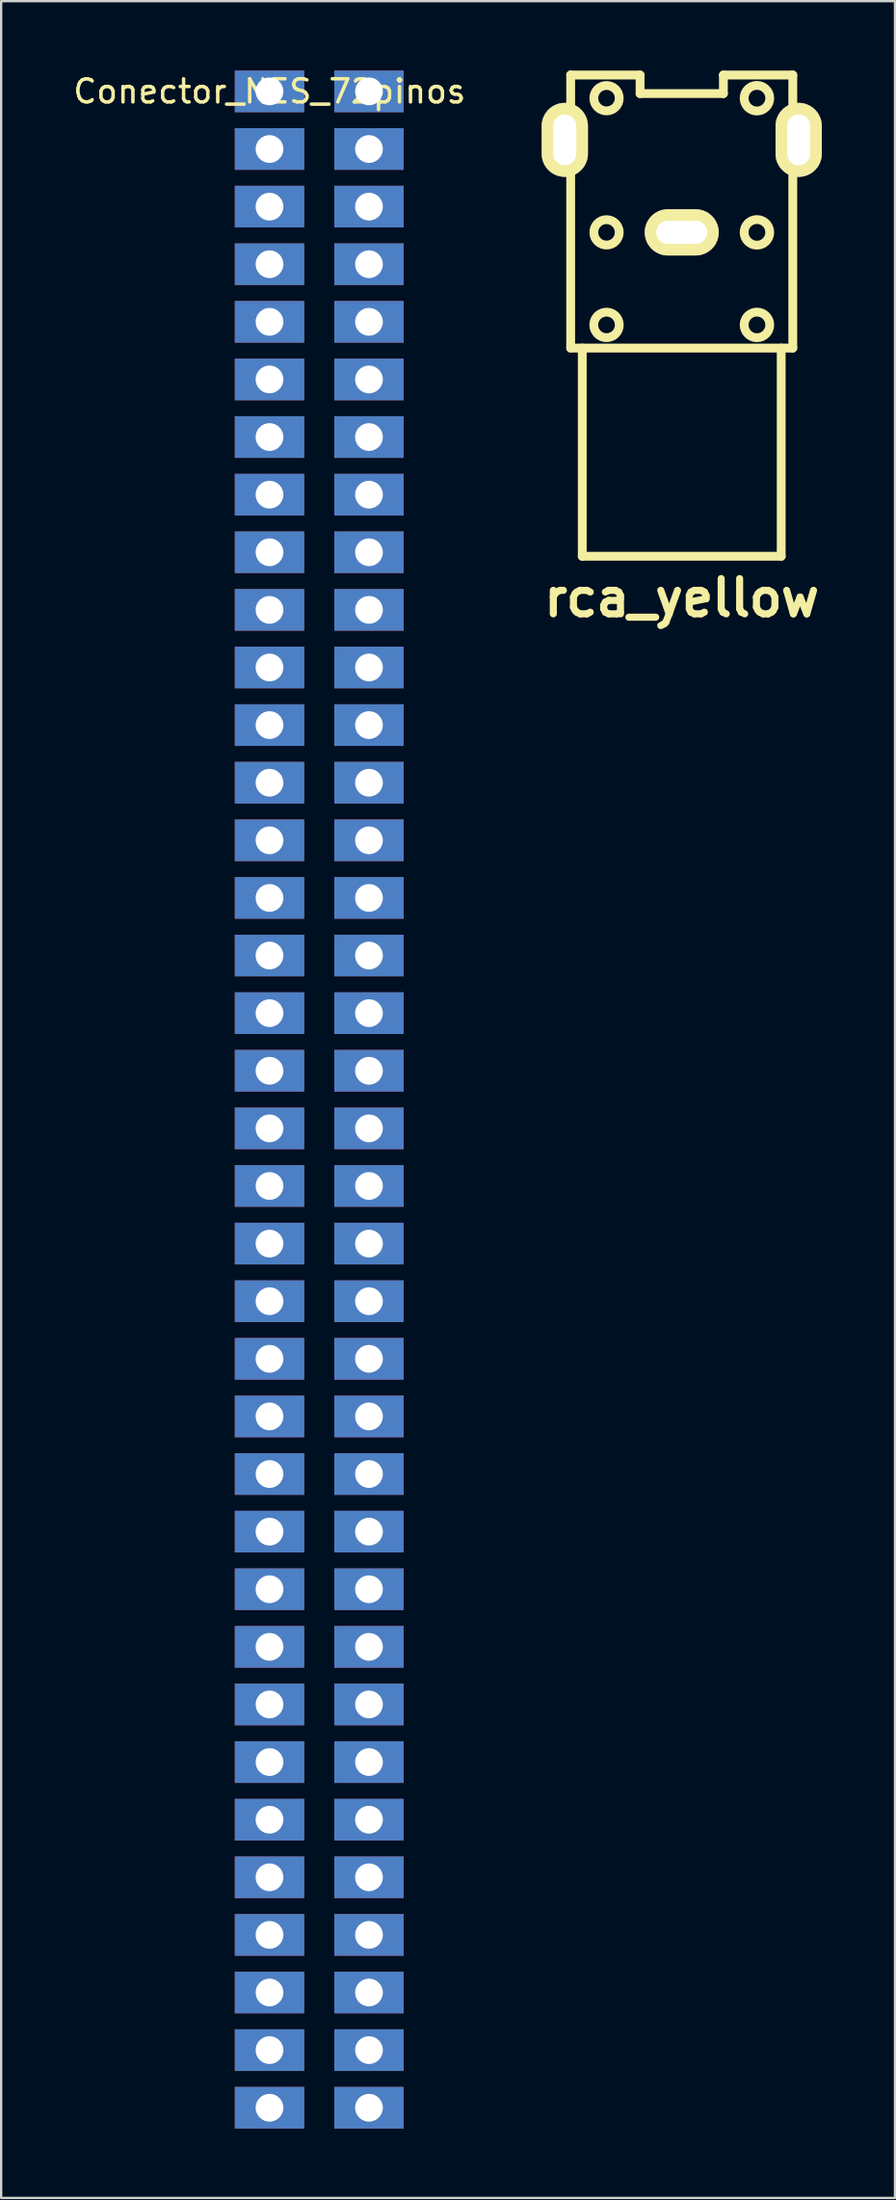
<source format=kicad_pcb>
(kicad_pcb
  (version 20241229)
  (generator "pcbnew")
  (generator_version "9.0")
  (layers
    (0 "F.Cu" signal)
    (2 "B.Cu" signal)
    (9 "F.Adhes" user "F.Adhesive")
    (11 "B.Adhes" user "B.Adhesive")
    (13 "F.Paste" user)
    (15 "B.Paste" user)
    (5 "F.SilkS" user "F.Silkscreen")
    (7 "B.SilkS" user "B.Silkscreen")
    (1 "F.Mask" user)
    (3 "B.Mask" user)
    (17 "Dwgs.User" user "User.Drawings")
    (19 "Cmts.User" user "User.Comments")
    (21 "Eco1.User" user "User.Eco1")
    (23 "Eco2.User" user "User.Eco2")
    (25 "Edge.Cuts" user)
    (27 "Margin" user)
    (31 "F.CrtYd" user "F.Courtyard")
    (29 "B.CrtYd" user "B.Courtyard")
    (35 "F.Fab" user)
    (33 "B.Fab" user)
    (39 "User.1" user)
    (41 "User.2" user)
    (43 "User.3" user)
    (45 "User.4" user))
  (footprint "Conector_NES_72pinos"
    (layer "F.Cu")
    (at 8.601 0.9)
    (property "Reference" "Conector_NES_72pinos" (at 0 0 0) (layer "F.SilkS") (effects (font (size 1 1) (thickness 0.15))))
    (attr through_hole)
    (pad "1" thru_hole rect (at 0 87.15) (size 3 1.8) (drill 1.2) (layers "*.Cu" "*.Mask"))
    (pad "2" thru_hole rect (at 0 84.66) (size 3 1.8) (drill 1.2) (layers "*.Cu" "*.Mask"))
    (pad "3" thru_hole rect (at 0 82.17) (size 3 1.8) (drill 1.2) (layers "*.Cu" "*.Mask"))
    (pad "4" thru_hole rect (at 0 79.68) (size 3 1.8) (drill 1.2) (layers "*.Cu" "*.Mask"))
    (pad "5" thru_hole rect (at 0 77.19) (size 3 1.8) (drill 1.2) (layers "*.Cu" "*.Mask"))
    (pad "6" thru_hole rect (at 0 74.7) (size 3 1.8) (drill 1.2) (layers "*.Cu" "*.Mask"))
    (pad "7" thru_hole rect (at 0 72.21) (size 3 1.8) (drill 1.2) (layers "*.Cu" "*.Mask"))
    (pad "8" thru_hole rect (at 0 69.72) (size 3 1.8) (drill 1.2) (layers "*.Cu" "*.Mask"))
    (pad "9" thru_hole rect (at 0 67.23) (size 3 1.8) (drill 1.2) (layers "*.Cu" "*.Mask"))
    (pad "10" thru_hole rect (at 0 64.74) (size 3 1.8) (drill 1.2) (layers "*.Cu" "*.Mask"))
    (pad "11" thru_hole rect (at 0 62.25) (size 3 1.8) (drill 1.2) (layers "*.Cu" "*.Mask"))
    (pad "12" thru_hole rect (at 0 59.76) (size 3 1.8) (drill 1.2) (layers "*.Cu" "*.Mask"))
    (pad "13" thru_hole rect (at 0 57.27) (size 3 1.8) (drill 1.2) (layers "*.Cu" "*.Mask"))
    (pad "14" thru_hole rect (at 0 54.78) (size 3 1.8) (drill 1.2) (layers "*.Cu" "*.Mask"))
    (pad "15" thru_hole rect (at 0 52.29) (size 3 1.8) (drill 1.2) (layers "*.Cu" "*.Mask"))
    (pad "16" thru_hole rect (at 0 49.8) (size 3 1.8) (drill 1.2) (layers "*.Cu" "*.Mask"))
    (pad "17" thru_hole rect (at 0 47.31) (size 3 1.8) (drill 1.2) (layers "*.Cu" "*.Mask"))
    (pad "18" thru_hole rect (at 0 44.82) (size 3 1.8) (drill 1.2) (layers "*.Cu" "*.Mask"))
    (pad "19" thru_hole rect (at 0 42.33) (size 3 1.8) (drill 1.2) (layers "*.Cu" "*.Mask"))
    (pad "20" thru_hole rect (at 0 39.84) (size 3 1.8) (drill 1.2) (layers "*.Cu" "*.Mask"))
    (pad "21" thru_hole rect (at 0 37.35) (size 3 1.8) (drill 1.2) (layers "*.Cu" "*.Mask"))
    (pad "22" thru_hole rect (at 0 34.86) (size 3 1.8) (drill 1.2) (layers "*.Cu" "*.Mask"))
    (pad "23" thru_hole rect (at 0 32.37) (size 3 1.8) (drill 1.2) (layers "*.Cu" "*.Mask"))
    (pad "24" thru_hole rect (at 0 29.88) (size 3 1.8) (drill 1.2) (layers "*.Cu" "*.Mask"))
    (pad "25" thru_hole rect (at 0 27.39) (size 3 1.8) (drill 1.2) (layers "*.Cu" "*.Mask"))
    (pad "26" thru_hole rect (at 0 24.9) (size 3 1.8) (drill 1.2) (layers "*.Cu" "*.Mask"))
    (pad "27" thru_hole rect (at 0 22.41) (size 3 1.8) (drill 1.2) (layers "*.Cu" "*.Mask"))
    (pad "28" thru_hole rect (at 0 19.92) (size 3 1.8) (drill 1.2) (layers "*.Cu" "*.Mask"))
    (pad "29" thru_hole rect (at 0 17.43) (size 3 1.8) (drill 1.2) (layers "*.Cu" "*.Mask"))
    (pad "30" thru_hole rect (at 0 14.94) (size 3 1.8) (drill 1.2) (layers "*.Cu" "*.Mask"))
    (pad "31" thru_hole rect (at 0 12.45) (size 3 1.8) (drill 1.2) (layers "*.Cu" "*.Mask"))
    (pad "32" thru_hole rect (at 0 9.96) (size 3 1.8) (drill 1.2) (layers "*.Cu" "*.Mask"))
    (pad "33" thru_hole rect (at 0 7.47) (size 3 1.8) (drill 1.2) (layers "*.Cu" "*.Mask"))
    (pad "34" thru_hole rect (at 0 4.98) (size 3 1.8) (drill 1.2) (layers "*.Cu" "*.Mask"))
    (pad "35" thru_hole rect (at 0 2.49) (size 3 1.8) (drill 1.2) (layers "*.Cu" "*.Mask"))
    (pad "36" thru_hole rect (at 0 0) (size 3 1.8) (drill 1.2) (layers "*.Cu" "*.Mask"))
    (pad "37" thru_hole rect (at 4.3 87.15) (size 3 1.8) (drill 1.2) (layers "*.Cu" "*.Mask"))
    (pad "38" thru_hole rect (at 4.3 84.66) (size 3 1.8) (drill 1.2) (layers "*.Cu" "*.Mask"))
    (pad "39" thru_hole rect (at 4.3 82.17) (size 3 1.8) (drill 1.2) (layers "*.Cu" "*.Mask"))
    (pad "40" thru_hole rect (at 4.3 79.68) (size 3 1.8) (drill 1.2) (layers "*.Cu" "*.Mask"))
    (pad "41" thru_hole rect (at 4.3 77.19) (size 3 1.8) (drill 1.2) (layers "*.Cu" "*.Mask"))
    (pad "42" thru_hole rect (at 4.3 74.7) (size 3 1.8) (drill 1.2) (layers "*.Cu" "*.Mask"))
    (pad "43" thru_hole rect (at 4.3 72.21) (size 3 1.8) (drill 1.2) (layers "*.Cu" "*.Mask"))
    (pad "44" thru_hole rect (at 4.3 69.72) (size 3 1.8) (drill 1.2) (layers "*.Cu" "*.Mask"))
    (pad "45" thru_hole rect (at 4.3 67.23) (size 3 1.8) (drill 1.2) (layers "*.Cu" "*.Mask"))
    (pad "46" thru_hole rect (at 4.3 64.74) (size 3 1.8) (drill 1.2) (layers "*.Cu" "*.Mask"))
    (pad "47" thru_hole rect (at 4.3 62.25) (size 3 1.8) (drill 1.2) (layers "*.Cu" "*.Mask"))
    (pad "48" thru_hole rect (at 4.3 59.76) (size 3 1.8) (drill 1.2) (layers "*.Cu" "*.Mask"))
    (pad "49" thru_hole rect (at 4.3 57.27) (size 3 1.8) (drill 1.2) (layers "*.Cu" "*.Mask"))
    (pad "50" thru_hole rect (at 4.3 54.78) (size 3 1.8) (drill 1.2) (layers "*.Cu" "*.Mask"))
    (pad "51" thru_hole rect (at 4.3 52.29) (size 3 1.8) (drill 1.2) (layers "*.Cu" "*.Mask"))
    (pad "52" thru_hole rect (at 4.3 49.8) (size 3 1.8) (drill 1.2) (layers "*.Cu" "*.Mask"))
    (pad "53" thru_hole rect (at 4.3 47.31) (size 3 1.8) (drill 1.2) (layers "*.Cu" "*.Mask"))
    (pad "54" thru_hole rect (at 4.3 44.82) (size 3 1.8) (drill 1.2) (layers "*.Cu" "*.Mask"))
    (pad "55" thru_hole rect (at 4.3 42.33) (size 3 1.8) (drill 1.2) (layers "*.Cu" "*.Mask"))
    (pad "56" thru_hole rect (at 4.3 39.84) (size 3 1.8) (drill 1.2) (layers "*.Cu" "*.Mask"))
    (pad "57" thru_hole rect (at 4.3 37.35) (size 3 1.8) (drill 1.2) (layers "*.Cu" "*.Mask"))
    (pad "58" thru_hole rect (at 4.3 34.86) (size 3 1.8) (drill 1.2) (layers "*.Cu" "*.Mask"))
    (pad "59" thru_hole rect (at 4.3 32.37) (size 3 1.8) (drill 1.2) (layers "*.Cu" "*.Mask"))
    (pad "60" thru_hole rect (at 4.3 29.88) (size 3 1.8) (drill 1.2) (layers "*.Cu" "*.Mask"))
    (pad "61" thru_hole rect (at 4.3 27.39) (size 3 1.8) (drill 1.2) (layers "*.Cu" "*.Mask"))
    (pad "62" thru_hole rect (at 4.3 24.9) (size 3 1.8) (drill 1.2) (layers "*.Cu" "*.Mask"))
    (pad "63" thru_hole rect (at 4.3 22.41) (size 3 1.8) (drill 1.2) (layers "*.Cu" "*.Mask"))
    (pad "64" thru_hole rect (at 4.3 19.92) (size 3 1.8) (drill 1.2) (layers "*.Cu" "*.Mask"))
    (pad "65" thru_hole rect (at 4.3 17.43) (size 3 1.8) (drill 1.2) (layers "*.Cu" "*.Mask"))
    (pad "66" thru_hole rect (at 4.3 14.94) (size 3 1.8) (drill 1.2) (layers "*.Cu" "*.Mask"))
    (pad "67" thru_hole rect (at 4.3 12.45) (size 3 1.8) (drill 1.2) (layers "*.Cu" "*.Mask"))
    (pad "68" thru_hole rect (at 4.3 9.96) (size 3 1.8) (drill 1.2) (layers "*.Cu" "*.Mask"))
    (pad "69" thru_hole rect (at 4.3 7.47) (size 3 1.8) (drill 1.2) (layers "*.Cu" "*.Mask"))
    (pad "70" thru_hole rect (at 4.3 4.98) (size 3 1.8) (drill 1.2) (layers "*.Cu" "*.Mask"))
    (pad "71" thru_hole rect (at 4.3 2.49) (size 3 1.8) (drill 1.2) (layers "*.Cu" "*.Mask"))
    (pad "72" thru_hole rect (at 4.3 0) (size 3 1.8) (drill 1.2) (layers "*.Cu" "*.Mask")))
  (footprint "rca_yellow"
    (layer "F.Cu")
    (at 26.422 6.993)
    (property "Reference" "rca_yellow" (at 0 15.799 0) (layer "F.SilkS") (effects (font (size 1.524 1.524) (thickness 0.305))))
    (attr through_hole)
    (fp_line (start -5.4 -4.9) (end -4.801 -4.9) (stroke (width 0.381) (type solid)) (layer "F.SilkS"))
    (fp_line (start -5.4 -3.099) (end -5.4 -4.9) (stroke (width 0.381) (type solid)) (layer "F.SilkS"))
    (fp_line (start -4.801 -6.8) (end -1.801 -6.8) (stroke (width 0.381) (type solid)) (layer "F.SilkS"))
    (fp_line (start -4.801 -3.099) (end -5.4 -3.099) (stroke (width 0.381) (type solid)) (layer "F.SilkS"))
    (fp_line (start -4.801 4.999) (end -4.801 -6.802) (stroke (width 0.381) (type solid)) (layer "F.SilkS"))
    (fp_line (start -4.3 5.001) (end -4.3 14) (stroke (width 0.381) (type solid)) (layer "F.SilkS"))
    (fp_line (start -4.3 14) (end 4.3 14) (stroke (width 0.381) (type solid)) (layer "F.SilkS"))
    (fp_line (start -1.801 -6.8) (end -1.801 -5.999) (stroke (width 0.381) (type solid)) (layer "F.SilkS"))
    (fp_line (start -1.801 -5.999) (end 1.801 -5.999) (stroke (width 0.381) (type solid)) (layer "F.SilkS"))
    (fp_line (start 1.801 -6.8) (end 4.801 -6.8) (stroke (width 0.381) (type solid)) (layer "F.SilkS"))
    (fp_line (start 1.801 -5.999) (end 1.801 -6.8) (stroke (width 0.381) (type solid)) (layer "F.SilkS"))
    (fp_line (start 4.3 14) (end 4.3 5.001) (stroke (width 0.381) (type solid)) (layer "F.SilkS"))
    (fp_line (start 4.801 -6.8) (end 4.801 5.001) (stroke (width 0.381) (type solid)) (layer "F.SilkS"))
    (fp_line (start 4.801 -4.9) (end 5.4 -4.9) (stroke (width 0.381) (type solid)) (layer "F.SilkS"))
    (fp_line (start 4.801 5.001) (end -4.801 5.001) (stroke (width 0.381) (type solid)) (layer "F.SilkS"))
    (fp_line (start 5.4 -4.9) (end 5.4 -3.099) (stroke (width 0.381) (type solid)) (layer "F.SilkS"))
    (fp_line (start 5.4 -3.099) (end 4.801 -3.099) (stroke (width 0.381) (type solid)) (layer "F.SilkS"))
    (fp_circle (center -3.251 -5.799) (end -3.8 -5.799) (stroke (width 0.381) (type solid)) (fill no) (layer "F.SilkS"))
    (fp_circle (center -3.251 0) (end -3.8 0) (stroke (width 0.381) (type solid)) (fill no) (layer "F.SilkS"))
    (fp_circle (center -3.251 4) (end -3.8 3.95) (stroke (width 0.381) (type solid)) (fill no) (layer "F.SilkS"))
    (fp_circle (center 3.251 -5.799) (end 2.7 -5.85) (stroke (width 0.381) (type solid)) (fill no) (layer "F.SilkS"))
    (fp_circle (center 3.251 0) (end 2.7 -0.051) (stroke (width 0.381) (type solid)) (fill no) (layer "F.SilkS"))
    (fp_circle (center 3.251 4) (end 2.7 4.049) (stroke (width 0.381) (type solid)) (fill no) (layer "F.SilkS"))
    (pad "1" thru_hole oval (at -5.055 -3.998) (size 1.999 3.198) (drill oval 0.996 2.197) (layers "*.Cu" "*.Mask" "F.SilkS"))
    (pad "1" thru_hole oval (at 5.055 -3.998) (size 1.999 3.198) (drill oval 0.996 2.197) (layers "*.Cu" "*.Mask" "F.SilkS"))
    (pad "2" thru_hole oval (at 0 0) (size 3.198 1.999) (drill oval 2.197 0.996) (layers "*.Cu" "*.Mask" "F.SilkS")))
  (gr_rect
    (start -3 -3)
    (end 35.641 91.95)
    (stroke (width 0.1) (type default))
    (fill no)
    (layer "Edge.Cuts")))
</source>
